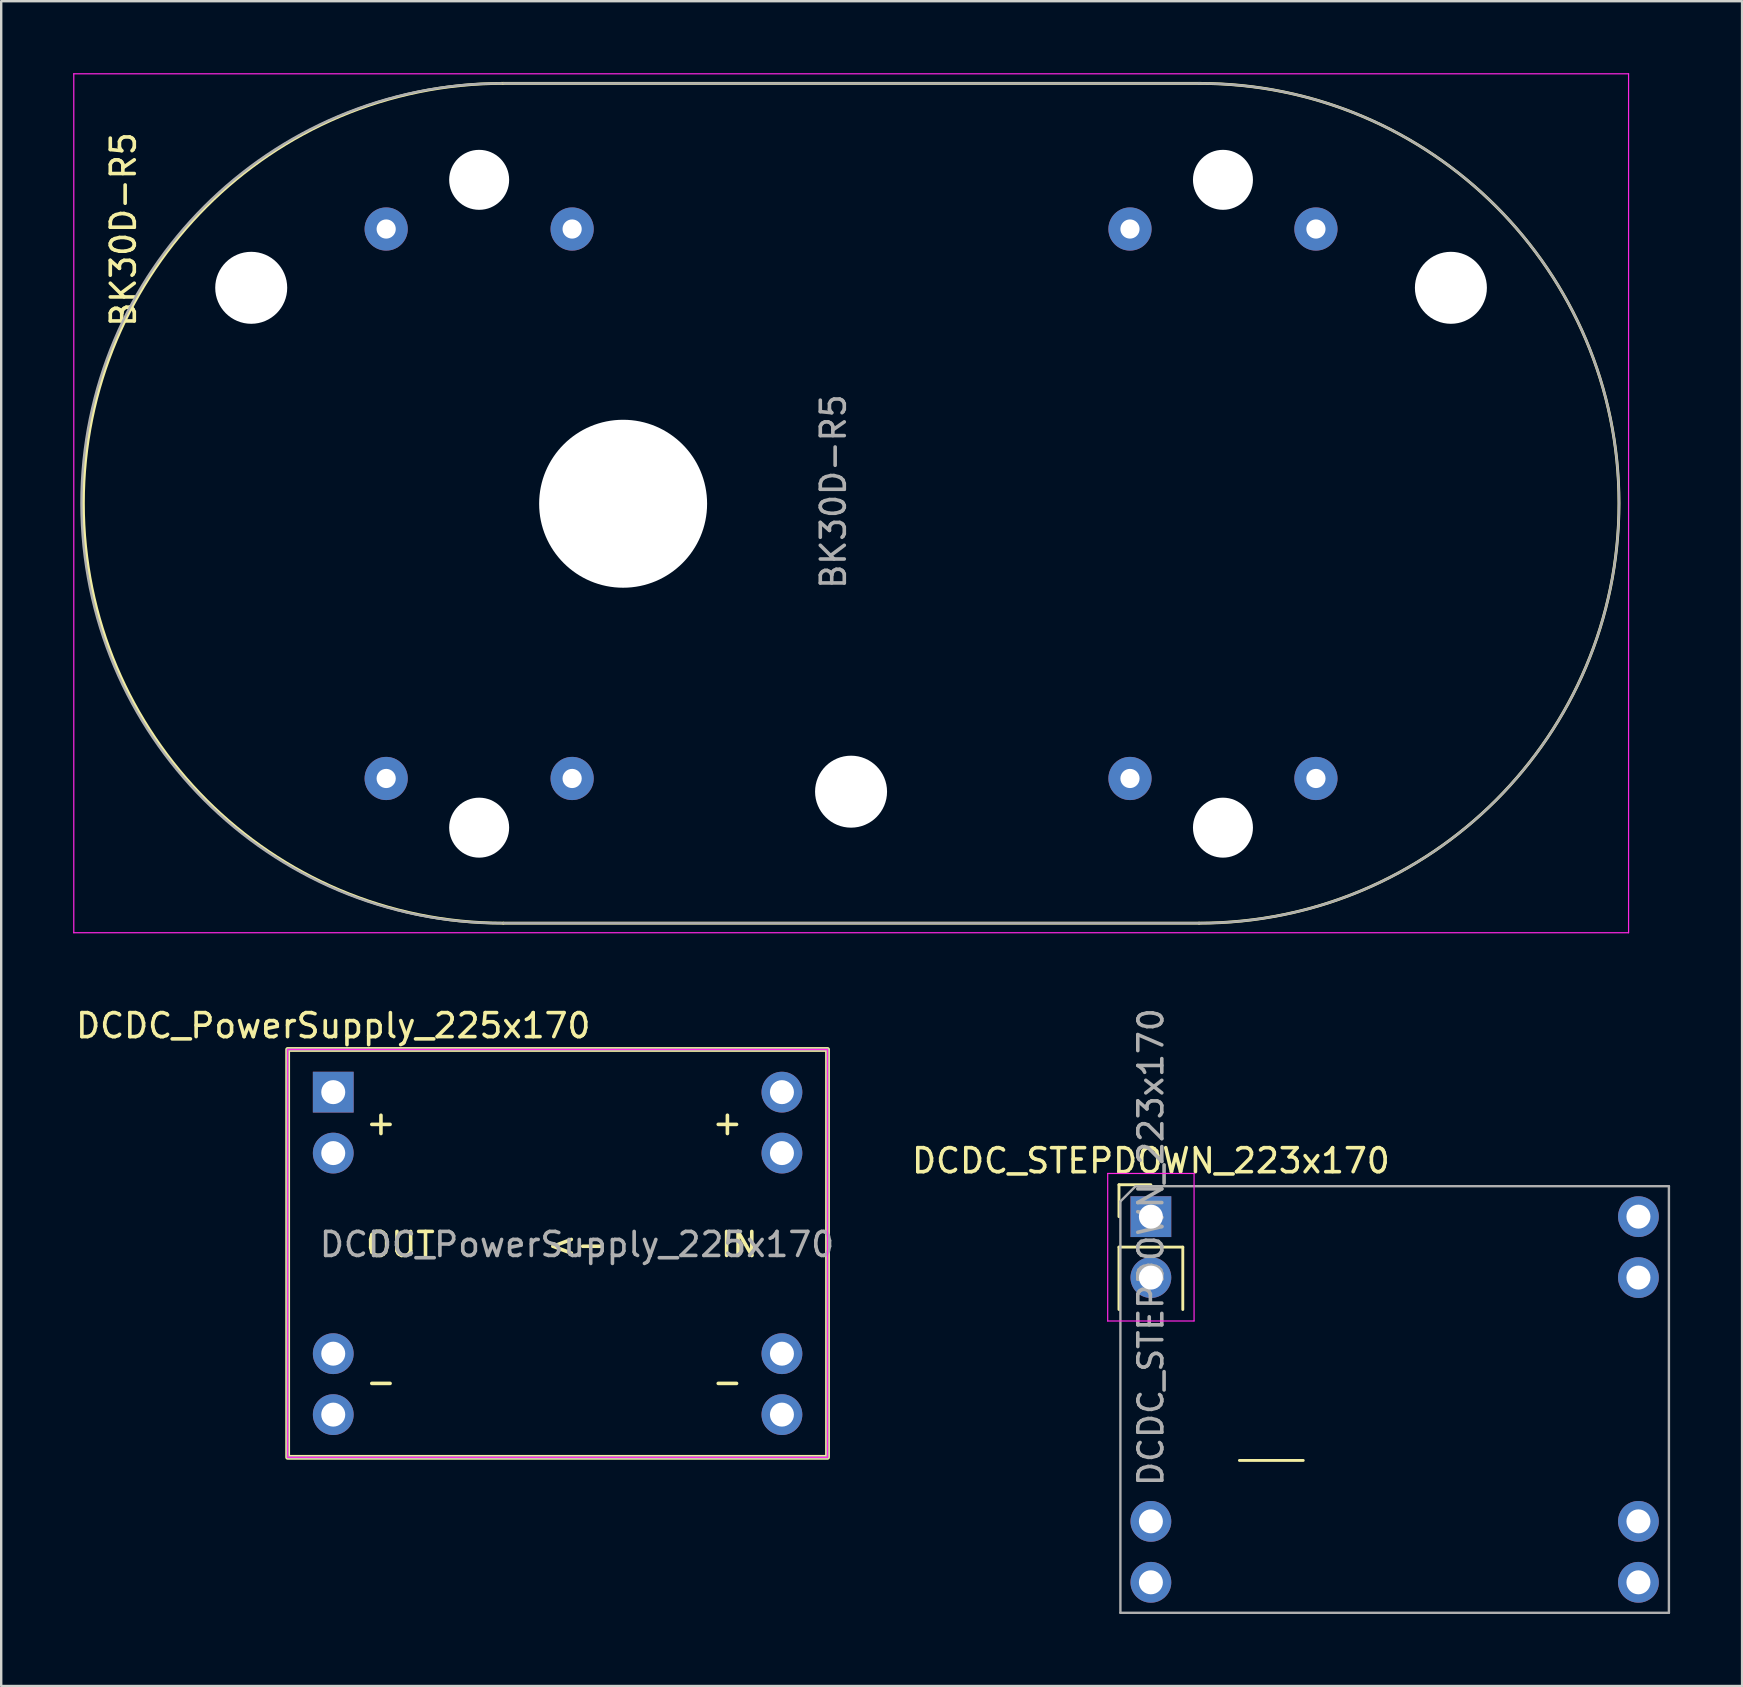
<source format=kicad_pcb>
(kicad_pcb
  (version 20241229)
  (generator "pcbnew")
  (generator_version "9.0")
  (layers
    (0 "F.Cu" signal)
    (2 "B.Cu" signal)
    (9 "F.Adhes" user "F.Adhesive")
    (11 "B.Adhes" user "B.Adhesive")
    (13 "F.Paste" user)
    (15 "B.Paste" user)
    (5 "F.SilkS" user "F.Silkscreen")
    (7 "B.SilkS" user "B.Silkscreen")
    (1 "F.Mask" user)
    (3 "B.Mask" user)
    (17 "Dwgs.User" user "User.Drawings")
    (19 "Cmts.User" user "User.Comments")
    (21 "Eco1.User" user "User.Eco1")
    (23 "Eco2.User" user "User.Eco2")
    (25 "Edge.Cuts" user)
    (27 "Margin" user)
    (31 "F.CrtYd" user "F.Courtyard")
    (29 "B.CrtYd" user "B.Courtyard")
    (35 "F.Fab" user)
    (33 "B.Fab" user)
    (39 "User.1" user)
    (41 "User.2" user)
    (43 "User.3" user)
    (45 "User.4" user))
  (footprint "BK30D-R5"
    (layer "F.Cu")
    (at 13.045 6.495)
    (property "Reference" "BK30D-R5" (at -10.953 0.02 270) (layer "F.SilkS") (effects (font (size 1 1) (thickness 0.15))))
    (attr through_hole)
    (fp_line (start 4.88 -6.07) (end 33.88 -6.07) (stroke (width 0.12) (type solid)) (layer "F.SilkS"))
    (fp_line (start 33.88 28.93) (end 4.88 28.93) (stroke (width 0.12) (type solid)) (layer "F.SilkS"))
    (fp_arc (start 4.88 28.93) (mid -12.62 11.43) (end 4.88 -6.07) (stroke (width 0.12) (type solid)) (layer "F.SilkS"))
    (fp_arc (start 33.88 -6.07) (mid 51.38 11.43) (end 33.88 28.93) (stroke (width 0.12) (type solid)) (layer "F.SilkS"))
    (fp_line (start -13.02 -6.47) (end 51.78 -6.47) (stroke (width 0.05) (type solid)) (layer "F.CrtYd"))
    (fp_line (start -13.02 29.33) (end -13.02 -6.47) (stroke (width 0.05) (type solid)) (layer "F.CrtYd"))
    (fp_line (start 51.78 -6.47) (end 51.78 29.33) (stroke (width 0.05) (type solid)) (layer "F.CrtYd"))
    (fp_line (start 51.78 29.33) (end -13.02 29.33) (stroke (width 0.05) (type solid)) (layer "F.CrtYd"))
    (fp_line (start 4.88 -6.07) (end 33.88 -6.07) (stroke (width 0.1) (type solid)) (layer "F.Fab"))
    (fp_line (start 4.88 28.93) (end 33.88 28.93) (stroke (width 0.1) (type solid)) (layer "F.Fab"))
    (fp_arc (start 4.8 28.93) (mid -12.7 11.43) (end 4.8 -6.07) (stroke (width 0.1) (type solid)) (layer "F.Fab"))
    (fp_arc (start 33.88 -6.07) (mid 51.38 11.43) (end 33.88 28.93) (stroke (width 0.1) (type solid)) (layer "F.Fab"))
    (fp_circle (center 9.88 11.43) (end 10.88 11.43) (stroke (width 0.1) (type solid)) (fill no) (layer "F.Fab"))
    (fp_circle (center 9.88 11.43) (end 12.38 11.43) (stroke (width 0.1) (type solid)) (fill no) (layer "F.Fab"))
    (fp_text user "${REFERENCE}" (at 18.638 10.942 90) (layer "F.Fab") (effects (font (size 1 1) (thickness 0.15))))
    (pad "" np_thru_hole circle (at -5.625 2.45) (size 3 3) (drill 3) (layers "*.Cu" "*.Mask"))
    (pad "" np_thru_hole circle (at 3.875 -2.05) (size 2.5 2.5) (drill 2.5) (layers "*.Cu" "*.Mask"))
    (pad "" np_thru_hole circle (at 3.875 24.95) (size 2.5 2.5) (drill 2.5) (layers "*.Cu" "*.Mask"))
    (pad "" np_thru_hole circle (at 9.875 11.45) (size 7 7) (drill 7) (layers "*.Cu" "*.Mask"))
    (pad "" np_thru_hole circle (at 19.375 23.45) (size 3 3) (drill 3) (layers "*.Cu" "*.Mask"))
    (pad "" np_thru_hole circle (at 34.875 -2.05) (size 2.5 2.5) (drill 2.5) (layers "*.Cu" "*.Mask"))
    (pad "" np_thru_hole circle (at 34.875 24.95) (size 2.5 2.5) (drill 2.5) (layers "*.Cu" "*.Mask"))
    (pad "" np_thru_hole circle (at 44.375 2.45) (size 3 3) (drill 3) (layers "*.Cu" "*.Mask"))
    (pad "1" thru_hole circle (at 0 0) (size 1.8 1.8) (drill 0.8) (layers "*.Cu" "*.Mask"))
    (pad "2" thru_hole circle (at 7.75 0) (size 1.8 1.8) (drill 0.8) (layers "*.Cu" "*.Mask"))
    (pad "3" thru_hole circle (at 7.75 22.9) (size 1.8 1.8) (drill 0.8) (layers "*.Cu" "*.Mask"))
    (pad "4" thru_hole circle (at 0 22.9) (size 1.8 1.8) (drill 0.8) (layers "*.Cu" "*.Mask"))
    (pad "5" thru_hole circle (at 31 0) (size 1.8 1.8) (drill 0.8) (layers "*.Cu" "*.Mask"))
    (pad "6" thru_hole circle (at 38.75 0) (size 1.8 1.8) (drill 0.8) (layers "*.Cu" "*.Mask"))
    (pad "7" thru_hole circle (at 38.75 22.9) (size 1.8 1.8) (drill 0.8) (layers "*.Cu" "*.Mask"))
    (pad "8" thru_hole circle (at 31 22.9) (size 1.8 1.8) (drill 0.8) (layers "*.Cu" "*.Mask")))
  (footprint "DCDC_PowerSupply_225x170"
    (layer "F.Cu")
    (at 10.839 42.468)
    (property "Reference" "DCDC_PowerSupply_225x170" (at 0 -2.77 0) (layer "F.SilkS") (effects (font (size 1 1) (thickness 0.15))))
    (attr through_hole)
    (fp_rect (start -1.9 -1.78) (end 20.6 15.22) (stroke (width 0.2) (type default)) (fill no) (layer "F.SilkS"))
    (fp_rect (start -1.9 -1.78) (end 20.6 15.22) (stroke (width 0.05) (type default)) (fill no) (layer "F.CrtYd"))
    (fp_rect (start -1.9 -1.78) (end 20.6 15.22) (stroke (width 0.1) (type default)) (fill no) (layer "F.Fab"))
    (fp_text user "OUT" (at 1.27 6.35 0) (unlocked yes) (layer "F.SilkS") (effects (font (size 1 1) (thickness 0.15)) (justify left)))
    (fp_text user "-" (at 17.145 12.065 0) (unlocked yes) (layer "F.SilkS") (effects (font (size 1 1) (thickness 0.15)) (justify right)))
    (fp_text user "-" (at 1.27 12.065 0) (unlocked yes) (layer "F.SilkS") (effects (font (size 1 1) (thickness 0.15)) (justify left)))
    (fp_text user "IN" (at 17.78 6.35 0) (unlocked yes) (layer "F.SilkS") (effects (font (size 1 1) (thickness 0.15)) (justify right)))
    (fp_text user "<-" (at 10.16 6.35 0) (unlocked yes) (layer "F.SilkS") (effects (font (size 1 1) (thickness 0.15))))
    (fp_text user "+" (at 17.145 1.27 0) (unlocked yes) (layer "F.SilkS") (effects (font (size 1 1) (thickness 0.15)) (justify right)))
    (fp_text user "+" (at 1.27 1.27 0) (unlocked yes) (layer "F.SilkS") (effects (font (size 1 1) (thickness 0.15)) (justify left)))
    (fp_text user "${REFERENCE}" (at 10.16 6.35 0) (layer "F.Fab") (effects (font (size 1 1) (thickness 0.15))))
    (pad "1" thru_hole rect (at 0 0) (size 1.7 1.7) (drill 1) (layers "*.Cu" "*.Mask"))
    (pad "2" thru_hole oval (at 0 2.54) (size 1.7 1.7) (drill 1) (layers "*.Cu" "*.Mask"))
    (pad "3" thru_hole oval (at 0 10.9) (size 1.7 1.7) (drill 1) (layers "*.Cu" "*.Mask"))
    (pad "4" thru_hole oval (at 0 13.44) (size 1.7 1.7) (drill 1) (layers "*.Cu" "*.Mask"))
    (pad "5" thru_hole oval (at 18.7 13.44) (size 1.7 1.7) (drill 1) (layers "*.Cu" "*.Mask"))
    (pad "6" thru_hole oval (at 18.7 10.9) (size 1.7 1.7) (drill 1) (layers "*.Cu" "*.Mask"))
    (pad "7" thru_hole oval (at 18.7 2.54) (size 1.7 1.7) (drill 1) (layers "*.Cu" "*.Mask"))
    (pad "8" thru_hole oval (at 18.7 0) (size 1.7 1.7) (drill 1) (layers "*.Cu" "*.Mask")))
  (footprint "DCDC_STEPDOWN_223x170"
    (layer "F.Cu")
    (at 44.916 47.657)
    (property "Reference" "DCDC_STEPDOWN_223x170" (at 0 -2.33 0) (layer "F.SilkS") (effects (font (size 1 1) (thickness 0.15))))
    (attr through_hole)
    (fp_line (start -1.33 -1.33) (end 0 -1.33) (stroke (width 0.12) (type solid)) (layer "F.SilkS"))
    (fp_line (start -1.33 0) (end -1.33 -1.33) (stroke (width 0.12) (type solid)) (layer "F.SilkS"))
    (fp_line (start -1.33 1.27) (end -1.33 3.87) (stroke (width 0.12) (type solid)) (layer "F.SilkS"))
    (fp_line (start -1.33 1.27) (end 1.33 1.27) (stroke (width 0.12) (type solid)) (layer "F.SilkS"))
    (fp_line (start 1.33 1.27) (end 1.33 3.87) (stroke (width 0.12) (type solid)) (layer "F.SilkS"))
    (fp_line (start 3.69 10.16) (end 6.35 10.16) (stroke (width 0.12) (type solid)) (layer "F.SilkS"))
    (fp_line (start -1.8 -1.8) (end -1.8 4.35) (stroke (width 0.05) (type solid)) (layer "F.CrtYd"))
    (fp_line (start -1.8 4.35) (end 1.8 4.35) (stroke (width 0.05) (type solid)) (layer "F.CrtYd"))
    (fp_line (start 1.8 -1.8) (end -1.8 -1.8) (stroke (width 0.05) (type solid)) (layer "F.CrtYd"))
    (fp_line (start 1.8 4.345) (end 1.8 -1.805) (stroke (width 0.05) (type solid)) (layer "F.CrtYd"))
    (fp_line (start -1.27 -0.635) (end -0.635 -1.27) (stroke (width 0.1) (type solid)) (layer "F.Fab"))
    (fp_line (start -1.27 16.51) (end -1.27 -0.635) (stroke (width 0.1) (type solid)) (layer "F.Fab"))
    (fp_line (start -0.635 -1.27) (end 21.59 -1.27) (stroke (width 0.1) (type solid)) (layer "F.Fab"))
    (fp_line (start 21.59 -1.27) (end 21.59 16.51) (stroke (width 0.1) (type solid)) (layer "F.Fab"))
    (fp_line (start 21.59 16.51) (end -1.27 16.51) (stroke (width 0.1) (type solid)) (layer "F.Fab"))
    (fp_text user "${REFERENCE}" (at 0 1.27 90) (layer "F.Fab") (effects (font (size 1 1) (thickness 0.15))))
    (pad "1" thru_hole rect (at 0 0) (size 1.7 1.7) (drill 1) (layers "*.Cu" "*.Mask"))
    (pad "2" thru_hole oval (at 0 2.54) (size 1.7 1.7) (drill 1) (layers "*.Cu" "*.Mask"))
    (pad "3" thru_hole oval (at 0 12.7) (size 1.7 1.7) (drill 1) (layers "*.Cu" "*.Mask"))
    (pad "4" thru_hole oval (at 0 15.24) (size 1.7 1.7) (drill 1) (layers "*.Cu" "*.Mask"))
    (pad "5" thru_hole oval (at 20.32 15.24) (size 1.7 1.7) (drill 1) (layers "*.Cu" "*.Mask"))
    (pad "6" thru_hole oval (at 20.32 12.7) (size 1.7 1.7) (drill 1) (layers "*.Cu" "*.Mask"))
    (pad "7" thru_hole oval (at 20.32 2.54) (size 1.7 1.7) (drill 1) (layers "*.Cu" "*.Mask"))
    (pad "8" thru_hole oval (at 20.32 0) (size 1.7 1.7) (drill 1) (layers "*.Cu" "*.Mask")))
  (gr_rect
    (start -3 -3)
    (end 69.556 67.217)
    (stroke (width 0.1) (type default))
    (fill no)
    (layer "Edge.Cuts")))
</source>
